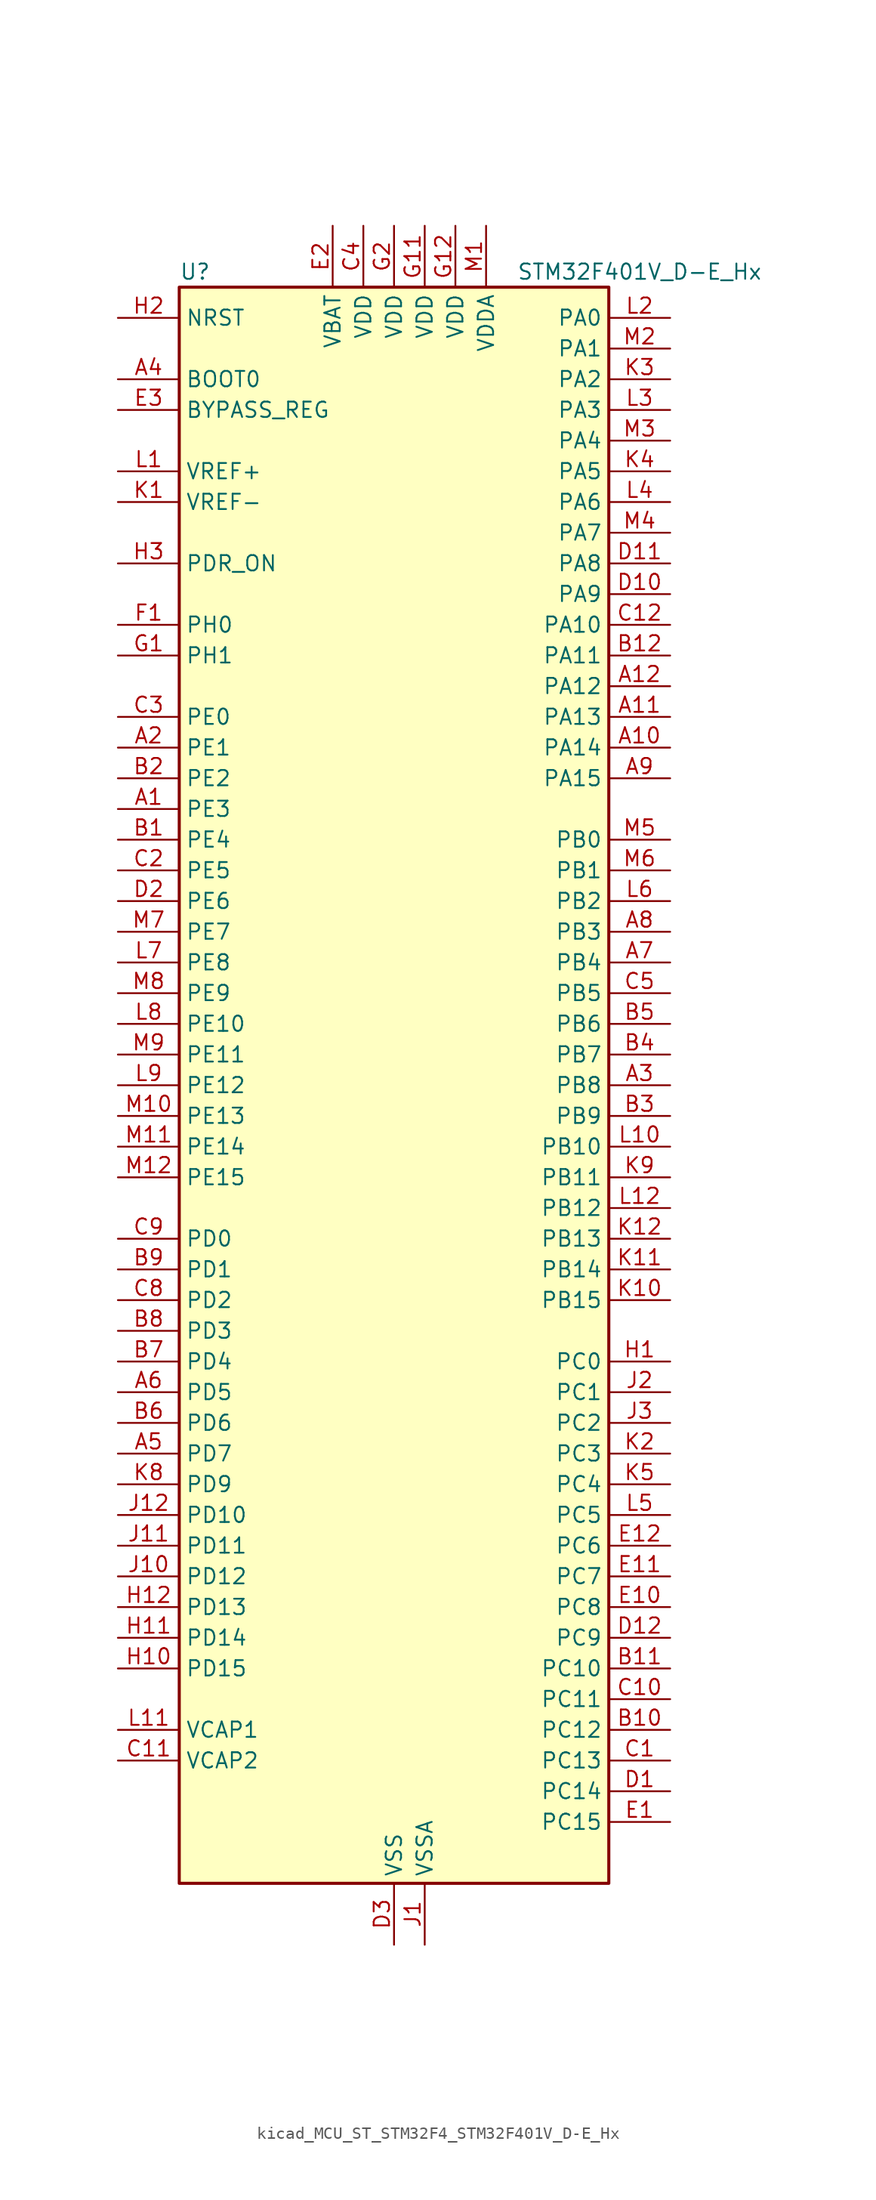
<source format=kicad_sym>
(kicad_symbol_lib
  (version 20220914)
  (generator kicad_symbol_editor)
  (symbol "kicad_MCU_ST_STM32F4_STM32F401V_D-E_Hx"
    (property "Reference" "U"
      (at -17.78 67.31 0)
      (effects (font (size 1.27 1.27)) (justify left)))
    (property "Value" "STM32F401V_D-E_Hx"
      (at 10.16 67.31 0)
      (effects (font (size 1.27 1.27)) (justify left)))
    (property "ki_locked" ""
      (at 0 0 0)
      (effects (font (size 1.27 1.27))))
    (symbol "kicad_MCU_ST_STM32F4_STM32F401V_D-E_Hx_0_1"
      (rectangle (start -17.78 -66.04) (end 17.78 66.04) (stroke (width 0.254) (type default)) (fill (type background))))
    (symbol "kicad_MCU_ST_STM32F4_STM32F401V_D-E_Hx_1_1"
      (pin bidirectional line (at -22.86 22.86 0) (length 5.08) (name "PE3" (effects (font (size 1.27 1.27)))) (number "A1" (effects (font (size 1.27 1.27)))) (alternate "SYS_TRACED0" bidirectional line))
      (pin bidirectional line (at 22.86 27.94 180) (length 5.08) (name "PA14" (effects (font (size 1.27 1.27)))) (number "A10" (effects (font (size 1.27 1.27)))) (alternate "SYS_JTCK-SWCLK" bidirectional line))
      (pin bidirectional line (at 22.86 30.48 180) (length 5.08) (name "PA13" (effects (font (size 1.27 1.27)))) (number "A11" (effects (font (size 1.27 1.27)))) (alternate "SYS_JTMS-SWDIO" bidirectional line))
      (pin bidirectional line (at 22.86 33.02 180) (length 5.08) (name "PA12" (effects (font (size 1.27 1.27)))) (number "A12" (effects (font (size 1.27 1.27)))) (alternate "TIM1_ETR" bidirectional line) (alternate "USART1_RTS" bidirectional line) (alternate "USART6_RX" bidirectional line) (alternate "USB_OTG_FS_DP" bidirectional line))
      (pin bidirectional line (at -22.86 27.94 0) (length 5.08) (name "PE1" (effects (font (size 1.27 1.27)))) (number "A2" (effects (font (size 1.27 1.27)))))
      (pin bidirectional line (at 22.86 0 180) (length 5.08) (name "PB8" (effects (font (size 1.27 1.27)))) (number "A3" (effects (font (size 1.27 1.27)))) (alternate "I2C1_SCL" bidirectional line) (alternate "SDIO_D4" bidirectional line) (alternate "TIM10_CH1" bidirectional line) (alternate "TIM4_CH3" bidirectional line))
      (pin input line (at -22.86 58.42 0) (length 5.08) (name "BOOT0" (effects (font (size 1.27 1.27)))) (number "A4" (effects (font (size 1.27 1.27)))))
      (pin bidirectional line (at -22.86 -30.48 0) (length 5.08) (name "PD7" (effects (font (size 1.27 1.27)))) (number "A5" (effects (font (size 1.27 1.27)))) (alternate "USART2_CK" bidirectional line))
      (pin bidirectional line (at -22.86 -25.4 0) (length 5.08) (name "PD5" (effects (font (size 1.27 1.27)))) (number "A6" (effects (font (size 1.27 1.27)))) (alternate "USART2_TX" bidirectional line))
      (pin bidirectional line (at 22.86 10.16 180) (length 5.08) (name "PB4" (effects (font (size 1.27 1.27)))) (number "A7" (effects (font (size 1.27 1.27)))) (alternate "I2C3_SDA" bidirectional line) (alternate "I2S3_ext_SD" bidirectional line) (alternate "SPI1_MISO" bidirectional line) (alternate "SPI3_MISO" bidirectional line) (alternate "SYS_JTRST" bidirectional line) (alternate "TIM3_CH1" bidirectional line))
      (pin bidirectional line (at 22.86 12.7 180) (length 5.08) (name "PB3" (effects (font (size 1.27 1.27)))) (number "A8" (effects (font (size 1.27 1.27)))) (alternate "I2C2_SDA" bidirectional line) (alternate "I2S3_CK" bidirectional line) (alternate "SPI1_SCK" bidirectional line) (alternate "SPI3_SCK" bidirectional line) (alternate "SYS_JTDO-SWO" bidirectional line) (alternate "TIM2_CH2" bidirectional line))
      (pin bidirectional line (at 22.86 25.4 180) (length 5.08) (name "PA15" (effects (font (size 1.27 1.27)))) (number "A9" (effects (font (size 1.27 1.27)))) (alternate "ADC1_EXTI15" bidirectional line) (alternate "I2S3_WS" bidirectional line) (alternate "SPI1_NSS" bidirectional line) (alternate "SPI3_NSS" bidirectional line) (alternate "SYS_JTDI" bidirectional line) (alternate "TIM2_CH1" bidirectional line) (alternate "TIM2_ETR" bidirectional line))
      (pin bidirectional line (at -22.86 20.32 0) (length 5.08) (name "PE4" (effects (font (size 1.27 1.27)))) (number "B1" (effects (font (size 1.27 1.27)))) (alternate "SPI4_NSS" bidirectional line) (alternate "SYS_TRACED1" bidirectional line))
      (pin bidirectional line (at 22.86 -53.34 180) (length 5.08) (name "PC12" (effects (font (size 1.27 1.27)))) (number "B10" (effects (font (size 1.27 1.27)))) (alternate "I2S3_SD" bidirectional line) (alternate "SDIO_CK" bidirectional line) (alternate "SPI3_MOSI" bidirectional line))
      (pin bidirectional line (at 22.86 -48.26 180) (length 5.08) (name "PC10" (effects (font (size 1.27 1.27)))) (number "B11" (effects (font (size 1.27 1.27)))) (alternate "I2S3_CK" bidirectional line) (alternate "SDIO_D2" bidirectional line) (alternate "SPI3_SCK" bidirectional line))
      (pin bidirectional line (at 22.86 35.56 180) (length 5.08) (name "PA11" (effects (font (size 1.27 1.27)))) (number "B12" (effects (font (size 1.27 1.27)))) (alternate "ADC1_EXTI11" bidirectional line) (alternate "TIM1_CH4" bidirectional line) (alternate "USART1_CTS" bidirectional line) (alternate "USART6_TX" bidirectional line) (alternate "USB_OTG_FS_DM" bidirectional line))
      (pin bidirectional line (at -22.86 25.4 0) (length 5.08) (name "PE2" (effects (font (size 1.27 1.27)))) (number "B2" (effects (font (size 1.27 1.27)))) (alternate "SPI4_SCK" bidirectional line) (alternate "SYS_TRACECLK" bidirectional line))
      (pin bidirectional line (at 22.86 -2.54 180) (length 5.08) (name "PB9" (effects (font (size 1.27 1.27)))) (number "B3" (effects (font (size 1.27 1.27)))) (alternate "I2C1_SDA" bidirectional line) (alternate "I2S2_WS" bidirectional line) (alternate "SDIO_D5" bidirectional line) (alternate "SPI2_NSS" bidirectional line) (alternate "TIM11_CH1" bidirectional line) (alternate "TIM4_CH4" bidirectional line))
      (pin bidirectional line (at 22.86 2.54 180) (length 5.08) (name "PB7" (effects (font (size 1.27 1.27)))) (number "B4" (effects (font (size 1.27 1.27)))) (alternate "I2C1_SDA" bidirectional line) (alternate "TIM4_CH2" bidirectional line) (alternate "USART1_RX" bidirectional line))
      (pin bidirectional line (at 22.86 5.08 180) (length 5.08) (name "PB6" (effects (font (size 1.27 1.27)))) (number "B5" (effects (font (size 1.27 1.27)))) (alternate "I2C1_SCL" bidirectional line) (alternate "TIM4_CH1" bidirectional line) (alternate "USART1_TX" bidirectional line))
      (pin bidirectional line (at -22.86 -27.94 0) (length 5.08) (name "PD6" (effects (font (size 1.27 1.27)))) (number "B6" (effects (font (size 1.27 1.27)))) (alternate "I2S3_SD" bidirectional line) (alternate "SPI3_MOSI" bidirectional line) (alternate "USART2_RX" bidirectional line))
      (pin bidirectional line (at -22.86 -22.86 0) (length 5.08) (name "PD4" (effects (font (size 1.27 1.27)))) (number "B7" (effects (font (size 1.27 1.27)))) (alternate "USART2_RTS" bidirectional line))
      (pin bidirectional line (at -22.86 -20.32 0) (length 5.08) (name "PD3" (effects (font (size 1.27 1.27)))) (number "B8" (effects (font (size 1.27 1.27)))) (alternate "I2S2_CK" bidirectional line) (alternate "SPI2_SCK" bidirectional line) (alternate "USART2_CTS" bidirectional line))
      (pin bidirectional line (at -22.86 -15.24 0) (length 5.08) (name "PD1" (effects (font (size 1.27 1.27)))) (number "B9" (effects (font (size 1.27 1.27)))))
      (pin bidirectional line (at 22.86 -55.88 180) (length 5.08) (name "PC13" (effects (font (size 1.27 1.27)))) (number "C1" (effects (font (size 1.27 1.27)))) (alternate "RTC_AF1" bidirectional line))
      (pin bidirectional line (at 22.86 -50.8 180) (length 5.08) (name "PC11" (effects (font (size 1.27 1.27)))) (number "C10" (effects (font (size 1.27 1.27)))) (alternate "ADC1_EXTI11" bidirectional line) (alternate "I2S3_ext_SD" bidirectional line) (alternate "SDIO_D3" bidirectional line) (alternate "SPI3_MISO" bidirectional line))
      (pin power_out line (at -22.86 -55.88 0) (length 5.08) (name "VCAP2" (effects (font (size 1.27 1.27)))) (number "C11" (effects (font (size 1.27 1.27)))))
      (pin bidirectional line (at 22.86 38.1 180) (length 5.08) (name "PA10" (effects (font (size 1.27 1.27)))) (number "C12" (effects (font (size 1.27 1.27)))) (alternate "TIM1_CH3" bidirectional line) (alternate "USART1_RX" bidirectional line) (alternate "USB_OTG_FS_ID" bidirectional line))
      (pin bidirectional line (at -22.86 17.78 0) (length 5.08) (name "PE5" (effects (font (size 1.27 1.27)))) (number "C2" (effects (font (size 1.27 1.27)))) (alternate "SPI4_MISO" bidirectional line) (alternate "SYS_TRACED2" bidirectional line) (alternate "TIM9_CH1" bidirectional line))
      (pin bidirectional line (at -22.86 30.48 0) (length 5.08) (name "PE0" (effects (font (size 1.27 1.27)))) (number "C3" (effects (font (size 1.27 1.27)))) (alternate "TIM4_ETR" bidirectional line))
      (pin power_in line (at -2.54 71.12 270) (length 5.08) (name "VDD" (effects (font (size 1.27 1.27)))) (number "C4" (effects (font (size 1.27 1.27)))))
      (pin bidirectional line (at 22.86 7.62 180) (length 5.08) (name "PB5" (effects (font (size 1.27 1.27)))) (number "C5" (effects (font (size 1.27 1.27)))) (alternate "I2C1_SMBA" bidirectional line) (alternate "I2S3_SD" bidirectional line) (alternate "SPI1_MOSI" bidirectional line) (alternate "SPI3_MOSI" bidirectional line) (alternate "TIM3_CH2" bidirectional line))
      (pin bidirectional line (at -22.86 -17.78 0) (length 5.08) (name "PD2" (effects (font (size 1.27 1.27)))) (number "C8" (effects (font (size 1.27 1.27)))) (alternate "SDIO_CMD" bidirectional line) (alternate "TIM3_ETR" bidirectional line))
      (pin bidirectional line (at -22.86 -12.7 0) (length 5.08) (name "PD0" (effects (font (size 1.27 1.27)))) (number "C9" (effects (font (size 1.27 1.27)))))
      (pin bidirectional line (at 22.86 -58.42 180) (length 5.08) (name "PC14" (effects (font (size 1.27 1.27)))) (number "D1" (effects (font (size 1.27 1.27)))) (alternate "RCC_OSC32_IN" bidirectional line))
      (pin bidirectional line (at 22.86 40.64 180) (length 5.08) (name "PA9" (effects (font (size 1.27 1.27)))) (number "D10" (effects (font (size 1.27 1.27)))) (alternate "I2C3_SMBA" bidirectional line) (alternate "TIM1_CH2" bidirectional line) (alternate "USART1_TX" bidirectional line) (alternate "USB_OTG_FS_VBUS" bidirectional line))
      (pin bidirectional line (at 22.86 43.18 180) (length 5.08) (name "PA8" (effects (font (size 1.27 1.27)))) (number "D11" (effects (font (size 1.27 1.27)))) (alternate "I2C3_SCL" bidirectional line) (alternate "RCC_MCO_1" bidirectional line) (alternate "TIM1_CH1" bidirectional line) (alternate "USART1_CK" bidirectional line) (alternate "USB_OTG_FS_SOF" bidirectional line))
      (pin bidirectional line (at 22.86 -45.72 180) (length 5.08) (name "PC9" (effects (font (size 1.27 1.27)))) (number "D12" (effects (font (size 1.27 1.27)))) (alternate "I2C3_SDA" bidirectional line) (alternate "I2S_CKIN" bidirectional line) (alternate "RCC_MCO_2" bidirectional line) (alternate "SDIO_D1" bidirectional line) (alternate "TIM3_CH4" bidirectional line))
      (pin bidirectional line (at -22.86 15.24 0) (length 5.08) (name "PE6" (effects (font (size 1.27 1.27)))) (number "D2" (effects (font (size 1.27 1.27)))) (alternate "SPI4_MOSI" bidirectional line) (alternate "SYS_TRACED3" bidirectional line) (alternate "TIM9_CH2" bidirectional line))
      (pin power_in line (at 0 -71.12 90) (length 5.08) (name "VSS" (effects (font (size 1.27 1.27)))) (number "D3" (effects (font (size 1.27 1.27)))))
      (pin bidirectional line (at 22.86 -60.96 180) (length 5.08) (name "PC15" (effects (font (size 1.27 1.27)))) (number "E1" (effects (font (size 1.27 1.27)))) (alternate "ADC1_EXTI15" bidirectional line) (alternate "RCC_OSC32_OUT" bidirectional line))
      (pin bidirectional line (at 22.86 -43.18 180) (length 5.08) (name "PC8" (effects (font (size 1.27 1.27)))) (number "E10" (effects (font (size 1.27 1.27)))) (alternate "SDIO_D0" bidirectional line) (alternate "TIM3_CH3" bidirectional line) (alternate "USART6_CK" bidirectional line))
      (pin bidirectional line (at 22.86 -40.64 180) (length 5.08) (name "PC7" (effects (font (size 1.27 1.27)))) (number "E11" (effects (font (size 1.27 1.27)))) (alternate "I2S3_MCK" bidirectional line) (alternate "SDIO_D7" bidirectional line) (alternate "TIM3_CH2" bidirectional line) (alternate "USART6_RX" bidirectional line))
      (pin bidirectional line (at 22.86 -38.1 180) (length 5.08) (name "PC6" (effects (font (size 1.27 1.27)))) (number "E12" (effects (font (size 1.27 1.27)))) (alternate "I2S2_MCK" bidirectional line) (alternate "SDIO_D6" bidirectional line) (alternate "TIM3_CH1" bidirectional line) (alternate "USART6_TX" bidirectional line))
      (pin power_in line (at -5.08 71.12 270) (length 5.08) (name "VBAT" (effects (font (size 1.27 1.27)))) (number "E2" (effects (font (size 1.27 1.27)))))
      (pin input line (at -22.86 55.88 0) (length 5.08) (name "BYPASS_REG" (effects (font (size 1.27 1.27)))) (number "E3" (effects (font (size 1.27 1.27)))))
      (pin bidirectional line (at -22.86 38.1 0) (length 5.08) (name "PH0" (effects (font (size 1.27 1.27)))) (number "F1" (effects (font (size 1.27 1.27)))) (alternate "RCC_OSC_IN" bidirectional line))
      (pin passive line (at 0 -71.12 90) (length 5.08) hide (name "VSS" (effects (font (size 1.27 1.27)))) (number "F11" (effects (font (size 1.27 1.27)))))
      (pin passive line (at 0 -71.12 90) (length 5.08) hide (name "VSS" (effects (font (size 1.27 1.27)))) (number "F12" (effects (font (size 1.27 1.27)))))
      (pin passive line (at 0 -71.12 90) (length 5.08) hide (name "VSS" (effects (font (size 1.27 1.27)))) (number "F2" (effects (font (size 1.27 1.27)))))
      (pin bidirectional line (at -22.86 35.56 0) (length 5.08) (name "PH1" (effects (font (size 1.27 1.27)))) (number "G1" (effects (font (size 1.27 1.27)))) (alternate "RCC_OSC_OUT" bidirectional line))
      (pin power_in line (at 2.54 71.12 270) (length 5.08) (name "VDD" (effects (font (size 1.27 1.27)))) (number "G11" (effects (font (size 1.27 1.27)))))
      (pin power_in line (at 5.08 71.12 270) (length 5.08) (name "VDD" (effects (font (size 1.27 1.27)))) (number "G12" (effects (font (size 1.27 1.27)))))
      (pin power_in line (at 0 71.12 270) (length 5.08) (name "VDD" (effects (font (size 1.27 1.27)))) (number "G2" (effects (font (size 1.27 1.27)))))
      (pin bidirectional line (at 22.86 -22.86 180) (length 5.08) (name "PC0" (effects (font (size 1.27 1.27)))) (number "H1" (effects (font (size 1.27 1.27)))) (alternate "ADC1_IN10" bidirectional line))
      (pin bidirectional line (at -22.86 -48.26 0) (length 5.08) (name "PD15" (effects (font (size 1.27 1.27)))) (number "H10" (effects (font (size 1.27 1.27)))) (alternate "ADC1_EXTI15" bidirectional line) (alternate "TIM4_CH4" bidirectional line))
      (pin bidirectional line (at -22.86 -45.72 0) (length 5.08) (name "PD14" (effects (font (size 1.27 1.27)))) (number "H11" (effects (font (size 1.27 1.27)))) (alternate "TIM4_CH3" bidirectional line))
      (pin bidirectional line (at -22.86 -43.18 0) (length 5.08) (name "PD13" (effects (font (size 1.27 1.27)))) (number "H12" (effects (font (size 1.27 1.27)))) (alternate "TIM4_CH2" bidirectional line))
      (pin input line (at -22.86 63.5 0) (length 5.08) (name "NRST" (effects (font (size 1.27 1.27)))) (number "H2" (effects (font (size 1.27 1.27)))))
      (pin input line (at -22.86 43.18 0) (length 5.08) (name "PDR_ON" (effects (font (size 1.27 1.27)))) (number "H3" (effects (font (size 1.27 1.27)))))
      (pin power_in line (at 2.54 -71.12 90) (length 5.08) (name "VSSA" (effects (font (size 1.27 1.27)))) (number "J1" (effects (font (size 1.27 1.27)))))
      (pin bidirectional line (at -22.86 -40.64 0) (length 5.08) (name "PD12" (effects (font (size 1.27 1.27)))) (number "J10" (effects (font (size 1.27 1.27)))) (alternate "TIM4_CH1" bidirectional line))
      (pin bidirectional line (at -22.86 -38.1 0) (length 5.08) (name "PD11" (effects (font (size 1.27 1.27)))) (number "J11" (effects (font (size 1.27 1.27)))) (alternate "ADC1_EXTI11" bidirectional line))
      (pin bidirectional line (at -22.86 -35.56 0) (length 5.08) (name "PD10" (effects (font (size 1.27 1.27)))) (number "J12" (effects (font (size 1.27 1.27)))))
      (pin bidirectional line (at 22.86 -25.4 180) (length 5.08) (name "PC1" (effects (font (size 1.27 1.27)))) (number "J2" (effects (font (size 1.27 1.27)))) (alternate "ADC1_IN11" bidirectional line))
      (pin bidirectional line (at 22.86 -27.94 180) (length 5.08) (name "PC2" (effects (font (size 1.27 1.27)))) (number "J3" (effects (font (size 1.27 1.27)))) (alternate "ADC1_IN12" bidirectional line) (alternate "I2S2_ext_SD" bidirectional line) (alternate "SPI2_MISO" bidirectional line))
      (pin input line (at -22.86 48.26 0) (length 5.08) (name "VREF-" (effects (font (size 1.27 1.27)))) (number "K1" (effects (font (size 1.27 1.27)))))
      (pin bidirectional line (at 22.86 -17.78 180) (length 5.08) (name "PB15" (effects (font (size 1.27 1.27)))) (number "K10" (effects (font (size 1.27 1.27)))) (alternate "ADC1_EXTI15" bidirectional line) (alternate "I2S2_SD" bidirectional line) (alternate "RTC_REFIN" bidirectional line) (alternate "SPI2_MOSI" bidirectional line) (alternate "TIM1_CH3N" bidirectional line))
      (pin bidirectional line (at 22.86 -15.24 180) (length 5.08) (name "PB14" (effects (font (size 1.27 1.27)))) (number "K11" (effects (font (size 1.27 1.27)))) (alternate "I2S2_ext_SD" bidirectional line) (alternate "SPI2_MISO" bidirectional line) (alternate "TIM1_CH2N" bidirectional line))
      (pin bidirectional line (at 22.86 -12.7 180) (length 5.08) (name "PB13" (effects (font (size 1.27 1.27)))) (number "K12" (effects (font (size 1.27 1.27)))) (alternate "I2S2_CK" bidirectional line) (alternate "SPI2_SCK" bidirectional line) (alternate "TIM1_CH1N" bidirectional line))
      (pin bidirectional line (at 22.86 -30.48 180) (length 5.08) (name "PC3" (effects (font (size 1.27 1.27)))) (number "K2" (effects (font (size 1.27 1.27)))) (alternate "ADC1_IN13" bidirectional line) (alternate "I2S2_SD" bidirectional line) (alternate "SPI2_MOSI" bidirectional line))
      (pin bidirectional line (at 22.86 58.42 180) (length 5.08) (name "PA2" (effects (font (size 1.27 1.27)))) (number "K3" (effects (font (size 1.27 1.27)))) (alternate "ADC1_IN2" bidirectional line) (alternate "TIM2_CH3" bidirectional line) (alternate "TIM5_CH3" bidirectional line) (alternate "TIM9_CH1" bidirectional line) (alternate "USART2_TX" bidirectional line))
      (pin bidirectional line (at 22.86 50.8 180) (length 5.08) (name "PA5" (effects (font (size 1.27 1.27)))) (number "K4" (effects (font (size 1.27 1.27)))) (alternate "ADC1_IN5" bidirectional line) (alternate "SPI1_SCK" bidirectional line) (alternate "TIM2_CH1" bidirectional line) (alternate "TIM2_ETR" bidirectional line))
      (pin bidirectional line (at 22.86 -33.02 180) (length 5.08) (name "PC4" (effects (font (size 1.27 1.27)))) (number "K5" (effects (font (size 1.27 1.27)))) (alternate "ADC1_IN14" bidirectional line))
      (pin bidirectional line (at -22.86 -33.02 0) (length 5.08) (name "PD9" (effects (font (size 1.27 1.27)))) (number "K8" (effects (font (size 1.27 1.27)))))
      (pin bidirectional line (at 22.86 -7.62 180) (length 5.08) (name "PB11" (effects (font (size 1.27 1.27)))) (number "K9" (effects (font (size 1.27 1.27)))) (alternate "ADC1_EXTI11" bidirectional line) (alternate "I2C2_SDA" bidirectional line) (alternate "TIM2_CH4" bidirectional line))
      (pin input line (at -22.86 50.8 0) (length 5.08) (name "VREF+" (effects (font (size 1.27 1.27)))) (number "L1" (effects (font (size 1.27 1.27)))))
      (pin bidirectional line (at 22.86 -5.08 180) (length 5.08) (name "PB10" (effects (font (size 1.27 1.27)))) (number "L10" (effects (font (size 1.27 1.27)))) (alternate "I2C2_SCL" bidirectional line) (alternate "I2S2_CK" bidirectional line) (alternate "SPI2_SCK" bidirectional line) (alternate "TIM2_CH3" bidirectional line))
      (pin power_out line (at -22.86 -53.34 0) (length 5.08) (name "VCAP1" (effects (font (size 1.27 1.27)))) (number "L11" (effects (font (size 1.27 1.27)))))
      (pin bidirectional line (at 22.86 -10.16 180) (length 5.08) (name "PB12" (effects (font (size 1.27 1.27)))) (number "L12" (effects (font (size 1.27 1.27)))) (alternate "I2C2_SMBA" bidirectional line) (alternate "I2S2_WS" bidirectional line) (alternate "SPI2_NSS" bidirectional line) (alternate "TIM1_BKIN" bidirectional line))
      (pin bidirectional line (at 22.86 63.5 180) (length 5.08) (name "PA0" (effects (font (size 1.27 1.27)))) (number "L2" (effects (font (size 1.27 1.27)))) (alternate "ADC1_IN0" bidirectional line) (alternate "SYS_WKUP" bidirectional line) (alternate "TIM2_CH1" bidirectional line) (alternate "TIM2_ETR" bidirectional line) (alternate "TIM5_CH1" bidirectional line) (alternate "USART2_CTS" bidirectional line))
      (pin bidirectional line (at 22.86 55.88 180) (length 5.08) (name "PA3" (effects (font (size 1.27 1.27)))) (number "L3" (effects (font (size 1.27 1.27)))) (alternate "ADC1_IN3" bidirectional line) (alternate "TIM2_CH4" bidirectional line) (alternate "TIM5_CH4" bidirectional line) (alternate "TIM9_CH2" bidirectional line) (alternate "USART2_RX" bidirectional line))
      (pin bidirectional line (at 22.86 48.26 180) (length 5.08) (name "PA6" (effects (font (size 1.27 1.27)))) (number "L4" (effects (font (size 1.27 1.27)))) (alternate "ADC1_IN6" bidirectional line) (alternate "SPI1_MISO" bidirectional line) (alternate "TIM1_BKIN" bidirectional line) (alternate "TIM3_CH1" bidirectional line))
      (pin bidirectional line (at 22.86 -35.56 180) (length 5.08) (name "PC5" (effects (font (size 1.27 1.27)))) (number "L5" (effects (font (size 1.27 1.27)))) (alternate "ADC1_IN15" bidirectional line))
      (pin bidirectional line (at 22.86 15.24 180) (length 5.08) (name "PB2" (effects (font (size 1.27 1.27)))) (number "L6" (effects (font (size 1.27 1.27)))))
      (pin bidirectional line (at -22.86 10.16 0) (length 5.08) (name "PE8" (effects (font (size 1.27 1.27)))) (number "L7" (effects (font (size 1.27 1.27)))) (alternate "TIM1_CH1N" bidirectional line))
      (pin bidirectional line (at -22.86 5.08 0) (length 5.08) (name "PE10" (effects (font (size 1.27 1.27)))) (number "L8" (effects (font (size 1.27 1.27)))) (alternate "TIM1_CH2N" bidirectional line))
      (pin bidirectional line (at -22.86 0 0) (length 5.08) (name "PE12" (effects (font (size 1.27 1.27)))) (number "L9" (effects (font (size 1.27 1.27)))) (alternate "SPI4_SCK" bidirectional line) (alternate "TIM1_CH3N" bidirectional line))
      (pin power_in line (at 7.62 71.12 270) (length 5.08) (name "VDDA" (effects (font (size 1.27 1.27)))) (number "M1" (effects (font (size 1.27 1.27)))))
      (pin bidirectional line (at -22.86 -2.54 0) (length 5.08) (name "PE13" (effects (font (size 1.27 1.27)))) (number "M10" (effects (font (size 1.27 1.27)))) (alternate "SPI4_MISO" bidirectional line) (alternate "TIM1_CH3" bidirectional line))
      (pin bidirectional line (at -22.86 -5.08 0) (length 5.08) (name "PE14" (effects (font (size 1.27 1.27)))) (number "M11" (effects (font (size 1.27 1.27)))) (alternate "SPI4_MOSI" bidirectional line) (alternate "TIM1_CH4" bidirectional line))
      (pin bidirectional line (at -22.86 -7.62 0) (length 5.08) (name "PE15" (effects (font (size 1.27 1.27)))) (number "M12" (effects (font (size 1.27 1.27)))) (alternate "ADC1_EXTI15" bidirectional line) (alternate "TIM1_BKIN" bidirectional line))
      (pin bidirectional line (at 22.86 60.96 180) (length 5.08) (name "PA1" (effects (font (size 1.27 1.27)))) (number "M2" (effects (font (size 1.27 1.27)))) (alternate "ADC1_IN1" bidirectional line) (alternate "TIM2_CH2" bidirectional line) (alternate "TIM5_CH2" bidirectional line) (alternate "USART2_RTS" bidirectional line))
      (pin bidirectional line (at 22.86 53.34 180) (length 5.08) (name "PA4" (effects (font (size 1.27 1.27)))) (number "M3" (effects (font (size 1.27 1.27)))) (alternate "ADC1_IN4" bidirectional line) (alternate "I2S3_WS" bidirectional line) (alternate "SPI1_NSS" bidirectional line) (alternate "SPI3_NSS" bidirectional line) (alternate "USART2_CK" bidirectional line))
      (pin bidirectional line (at 22.86 45.72 180) (length 5.08) (name "PA7" (effects (font (size 1.27 1.27)))) (number "M4" (effects (font (size 1.27 1.27)))) (alternate "ADC1_IN7" bidirectional line) (alternate "SPI1_MOSI" bidirectional line) (alternate "TIM1_CH1N" bidirectional line) (alternate "TIM3_CH2" bidirectional line))
      (pin bidirectional line (at 22.86 20.32 180) (length 5.08) (name "PB0" (effects (font (size 1.27 1.27)))) (number "M5" (effects (font (size 1.27 1.27)))) (alternate "ADC1_IN8" bidirectional line) (alternate "TIM1_CH2N" bidirectional line) (alternate "TIM3_CH3" bidirectional line))
      (pin bidirectional line (at 22.86 17.78 180) (length 5.08) (name "PB1" (effects (font (size 1.27 1.27)))) (number "M6" (effects (font (size 1.27 1.27)))) (alternate "ADC1_IN9" bidirectional line) (alternate "TIM1_CH3N" bidirectional line) (alternate "TIM3_CH4" bidirectional line))
      (pin bidirectional line (at -22.86 12.7 0) (length 5.08) (name "PE7" (effects (font (size 1.27 1.27)))) (number "M7" (effects (font (size 1.27 1.27)))) (alternate "TIM1_ETR" bidirectional line))
      (pin bidirectional line (at -22.86 7.62 0) (length 5.08) (name "PE9" (effects (font (size 1.27 1.27)))) (number "M8" (effects (font (size 1.27 1.27)))) (alternate "TIM1_CH1" bidirectional line))
      (pin bidirectional line (at -22.86 2.54 0) (length 5.08) (name "PE11" (effects (font (size 1.27 1.27)))) (number "M9" (effects (font (size 1.27 1.27)))) (alternate "ADC1_EXTI11" bidirectional line) (alternate "SPI4_NSS" bidirectional line) (alternate "TIM1_CH2" bidirectional line)))))
</source>
